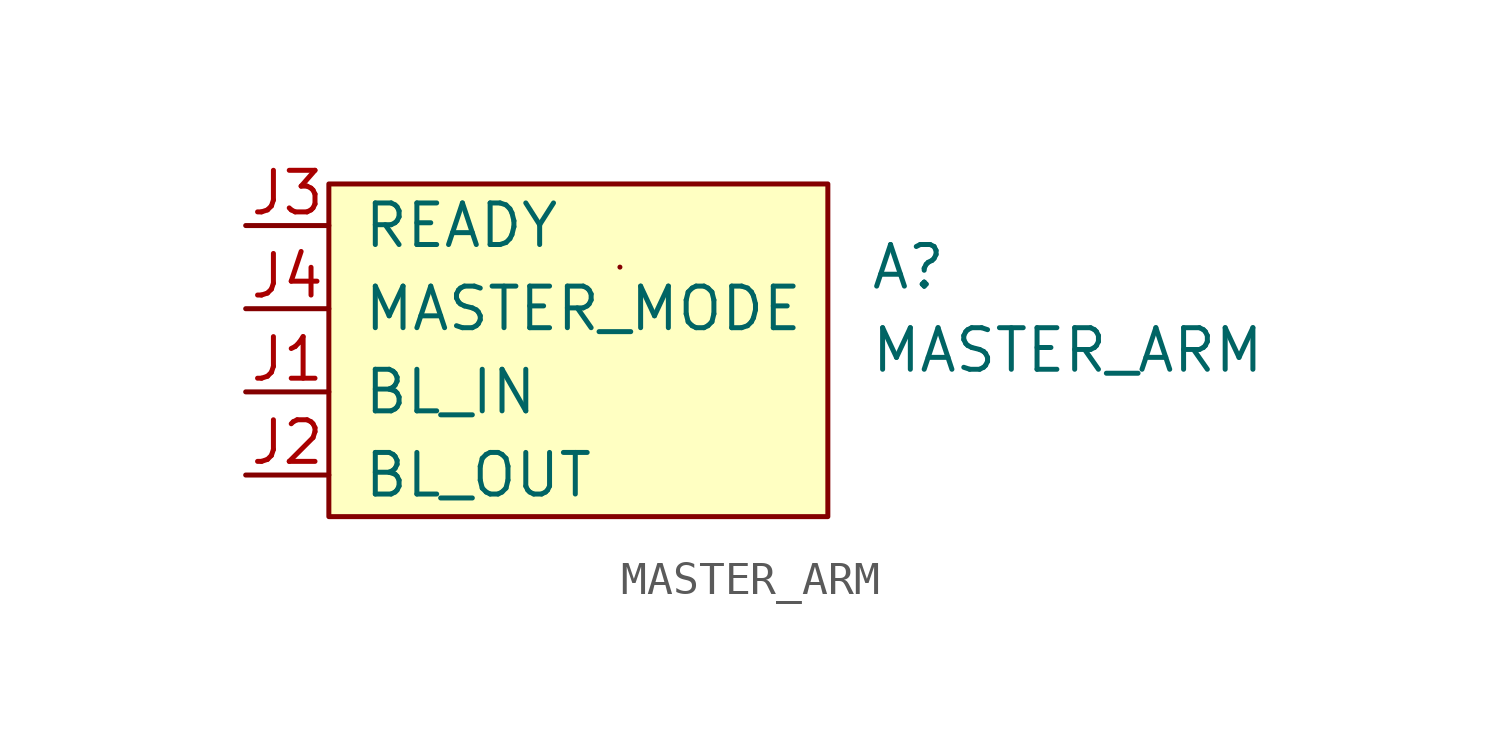
<source format=kicad_sym>
(kicad_symbol_lib
  (version 20220914)
  (generator kicad_symbol_editor)
  (symbol "MASTER_ARM"
    (pin_names
      (offset 1.016))
    (property "Reference" "A"
      (at 16.51 6.35 0)
      (effects (font (size 1.27 1.27)) (justify left)))
    (property "Value" "MASTER_ARM"
      (at 16.51 3.81 0)
      (effects (font (size 1.27 1.27)) (justify left)))
    (symbol "MASTER_ARM_0_0"
      (pin input line (at -2.54 2.54 0) (length 2.54) (name "BL_IN" (effects (font (size 1.27 1.27)))) (number "J1" (effects (font (size 1.27 1.27)))))
      (pin output line (at -2.54 0 0) (length 2.54) (name "BL_OUT" (effects (font (size 1.27 1.27)))) (number "J2" (effects (font (size 1.27 1.27)))))
      (pin input line (at -2.54 7.62 0) (length 2.54) (name "READY" (effects (font (size 1.27 1.27)))) (number "J3" (effects (font (size 1.27 1.27)))))
      (pin input line (at -2.54 5.08 0) (length 2.54) (name "MASTER_MODE" (effects (font (size 1.27 1.27)))) (number "J4" (effects (font (size 1.27 1.27))))))
    (symbol "MASTER_ARM_0_1"
      (rectangle (start 0 8.89) (end 15.24 -1.27) (stroke (width 0) (type default)) (fill (type background)))
      (rectangle (start 8.89 6.35) (end 8.89 6.35) (stroke (width 0) (type default)) (fill (type none))))))
</source>
